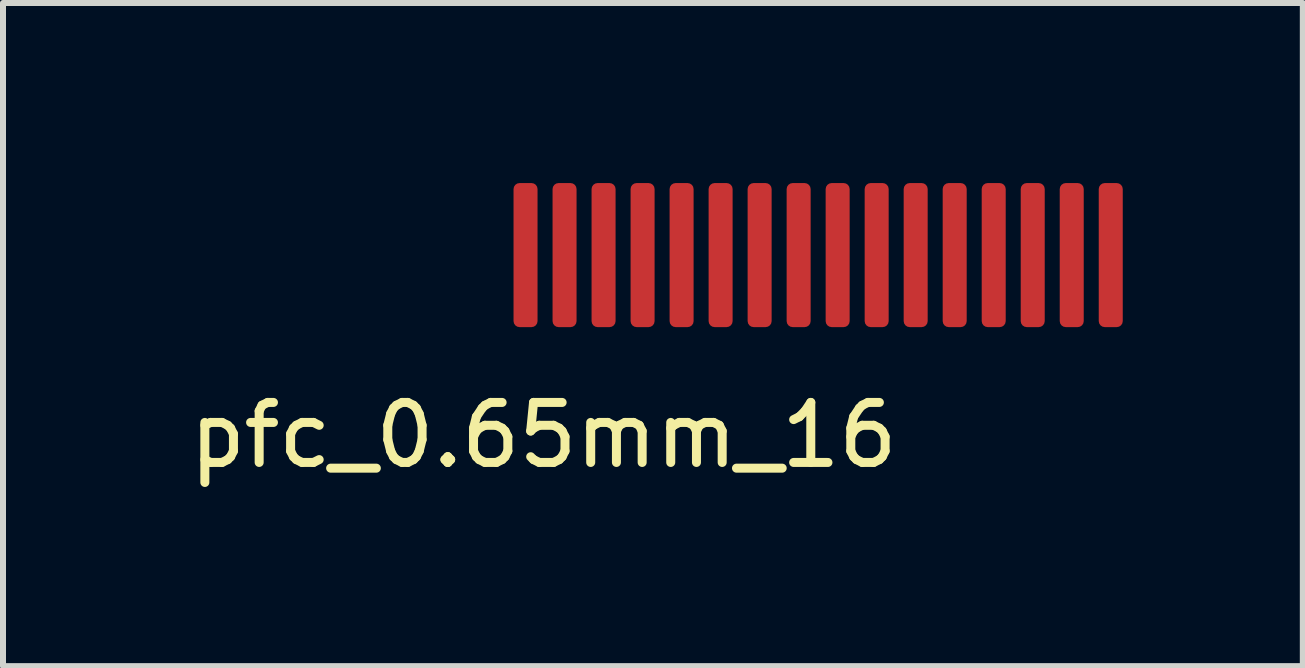
<source format=kicad_pcb>
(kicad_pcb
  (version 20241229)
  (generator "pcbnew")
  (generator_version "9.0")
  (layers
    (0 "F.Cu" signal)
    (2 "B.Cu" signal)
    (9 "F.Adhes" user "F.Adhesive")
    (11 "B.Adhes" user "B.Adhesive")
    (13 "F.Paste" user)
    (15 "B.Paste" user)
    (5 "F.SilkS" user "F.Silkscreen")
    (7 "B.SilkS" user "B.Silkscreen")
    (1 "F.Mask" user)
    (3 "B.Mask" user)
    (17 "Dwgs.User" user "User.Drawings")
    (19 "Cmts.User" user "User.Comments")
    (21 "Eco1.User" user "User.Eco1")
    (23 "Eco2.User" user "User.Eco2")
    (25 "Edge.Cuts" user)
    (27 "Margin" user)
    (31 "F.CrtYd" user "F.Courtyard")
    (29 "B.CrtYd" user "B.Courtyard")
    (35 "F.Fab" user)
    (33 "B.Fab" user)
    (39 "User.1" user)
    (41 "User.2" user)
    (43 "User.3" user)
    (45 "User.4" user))
  (footprint "pfc_0.65mm_16"
    (layer "F.Cu")
    (at 5.506 2.4)
    (property "Reference" "pfc_0.65mm_16" (at 0.5 1.8 0) (unlocked yes) (layer "F.SilkS") (effects (font (size 1 1) (thickness 0.15))))
    (attr smd)
    (pad "1" smd roundrect (at 0.2 -1.2 90) (size 2.4 0.4) (layers "F.Cu" "F.Mask" "F.Paste") (roundrect_rratio 0.25))
    (pad "2" smd roundrect (at 0.85 -1.2 90) (size 2.4 0.4) (layers "F.Cu" "F.Mask" "F.Paste") (roundrect_rratio 0.25))
    (pad "3" smd roundrect (at 1.5 -1.2 90) (size 2.4 0.4) (layers "F.Cu" "F.Mask" "F.Paste") (roundrect_rratio 0.25))
    (pad "4" smd roundrect (at 2.15 -1.2 90) (size 2.4 0.4) (layers "F.Cu" "F.Mask" "F.Paste") (roundrect_rratio 0.25))
    (pad "5" smd roundrect (at 2.8 -1.2 90) (size 2.4 0.4) (layers "F.Cu" "F.Mask" "F.Paste") (roundrect_rratio 0.25))
    (pad "6" smd roundrect (at 3.45 -1.2 90) (size 2.4 0.4) (layers "F.Cu" "F.Mask" "F.Paste") (roundrect_rratio 0.25))
    (pad "7" smd roundrect (at 4.1 -1.2 90) (size 2.4 0.4) (layers "F.Cu" "F.Mask" "F.Paste") (roundrect_rratio 0.25))
    (pad "8" smd roundrect (at 4.75 -1.2 90) (size 2.4 0.4) (layers "F.Cu" "F.Mask" "F.Paste") (roundrect_rratio 0.25))
    (pad "9" smd roundrect (at 5.4 -1.2 90) (size 2.4 0.4) (layers "F.Cu" "F.Mask" "F.Paste") (roundrect_rratio 0.25))
    (pad "10" smd roundrect (at 6.05 -1.2 90) (size 2.4 0.4) (layers "F.Cu" "F.Mask" "F.Paste") (roundrect_rratio 0.25))
    (pad "11" smd roundrect (at 6.7 -1.2 90) (size 2.4 0.4) (layers "F.Cu" "F.Mask" "F.Paste") (roundrect_rratio 0.25))
    (pad "12" smd roundrect (at 7.35 -1.2 90) (size 2.4 0.4) (layers "F.Cu" "F.Mask" "F.Paste") (roundrect_rratio 0.25))
    (pad "13" smd roundrect (at 8 -1.2 90) (size 2.4 0.4) (layers "F.Cu" "F.Mask" "F.Paste") (roundrect_rratio 0.25))
    (pad "14" smd roundrect (at 8.65 -1.2 90) (size 2.4 0.4) (layers "F.Cu" "F.Mask" "F.Paste") (roundrect_rratio 0.25))
    (pad "15" smd roundrect (at 9.3 -1.2 90) (size 2.4 0.4) (layers "F.Cu" "F.Mask" "F.Paste") (roundrect_rratio 0.25))
    (pad "16" smd roundrect (at 9.95 -1.2 90) (size 2.4 0.4) (layers "F.Cu" "F.Mask" "F.Paste") (roundrect_rratio 0.25)))
  (gr_rect
    (start -3 -3)
    (end 18.656 8.048)
    (stroke (width 0.1) (type default))
    (fill no)
    (layer "Edge.Cuts")))
</source>
